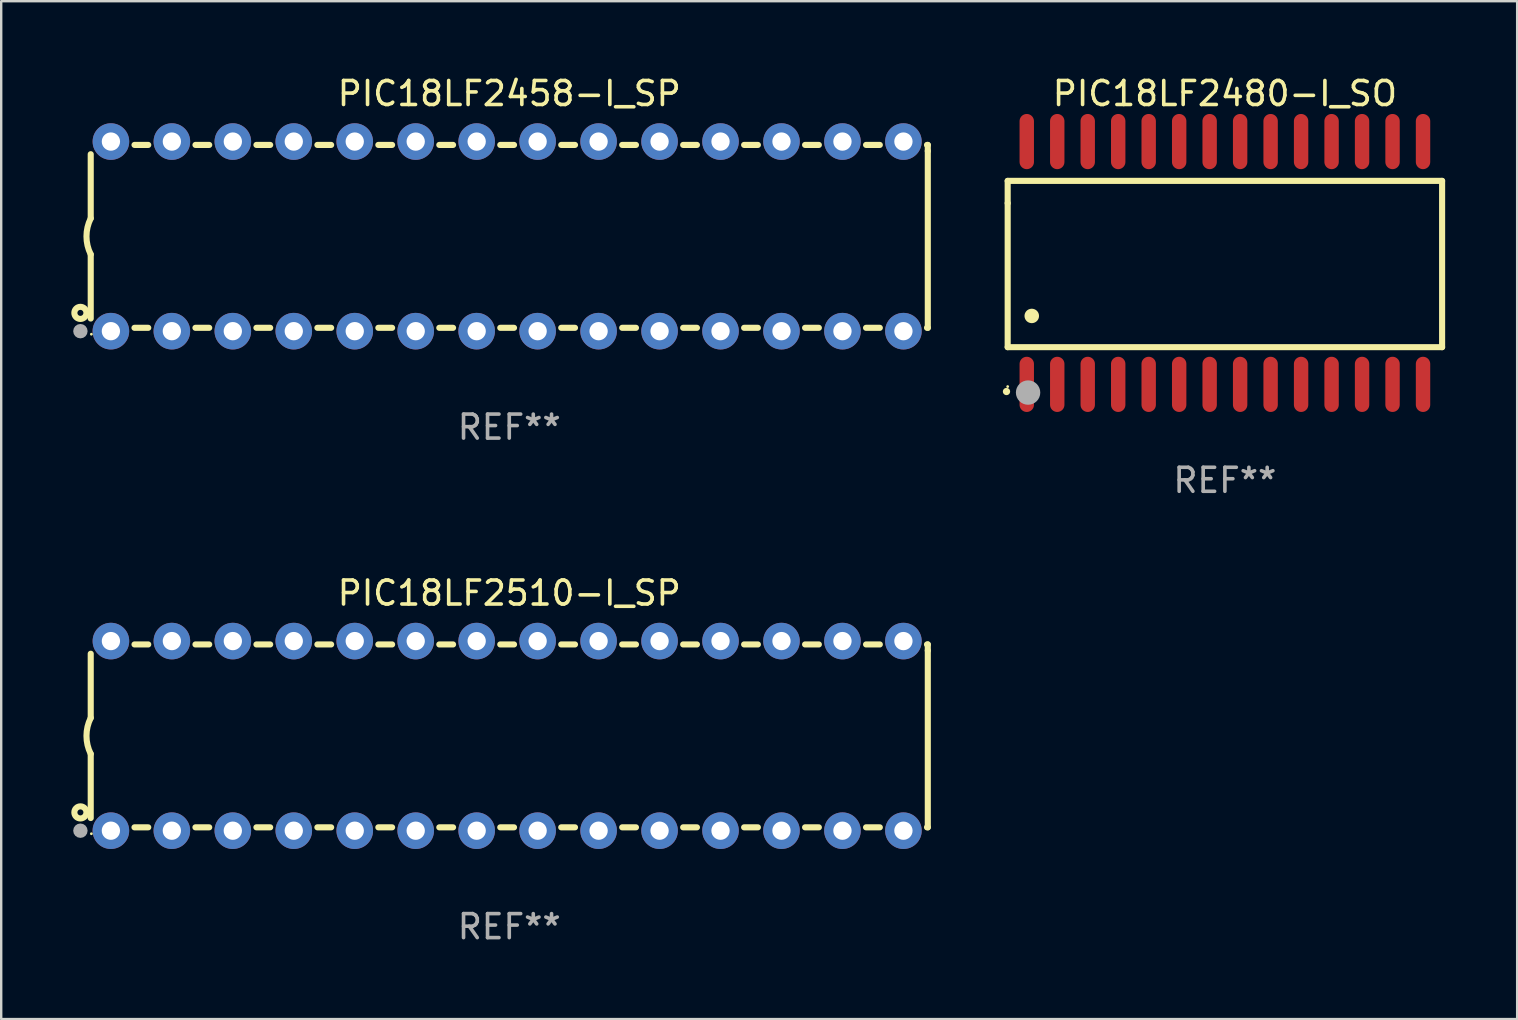
<source format=kicad_pcb>
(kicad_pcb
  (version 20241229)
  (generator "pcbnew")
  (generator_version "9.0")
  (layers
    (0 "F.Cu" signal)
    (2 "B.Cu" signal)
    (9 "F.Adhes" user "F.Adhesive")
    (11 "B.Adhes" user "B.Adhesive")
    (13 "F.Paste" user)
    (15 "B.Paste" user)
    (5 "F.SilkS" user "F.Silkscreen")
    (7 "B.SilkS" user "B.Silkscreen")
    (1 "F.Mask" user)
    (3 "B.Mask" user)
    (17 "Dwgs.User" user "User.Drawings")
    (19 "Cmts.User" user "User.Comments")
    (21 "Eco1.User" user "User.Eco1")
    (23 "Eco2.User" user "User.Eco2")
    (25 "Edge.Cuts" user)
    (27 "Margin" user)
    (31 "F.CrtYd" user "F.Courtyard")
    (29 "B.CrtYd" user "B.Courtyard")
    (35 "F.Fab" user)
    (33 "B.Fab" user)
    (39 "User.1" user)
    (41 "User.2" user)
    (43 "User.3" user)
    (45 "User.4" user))
  (footprint "PIC18LF2510-I_SP"
    (layer "F.Cu")
    (at 18.168 27.61)
    (property "Reference" "PIC18LF2510-I_SP" (at 0 -5.95 0) (layer "F.SilkS") (effects (font (size 1 1) (thickness 0.15))))
    (attr through_hole)
    (fp_line (start -17.438 0.75) (end -17.438 3.423) (stroke (width 0.254) (type solid)) (layer "F.SilkS"))
    (fp_line (start -17.438 -3.423) (end -17.438 -0.75) (stroke (width 0.254) (type solid)) (layer "F.SilkS"))
    (fp_line (start -15.615 3.81) (end -15.041 3.81) (stroke (width 0.254) (type solid)) (layer "F.SilkS"))
    (fp_line (start -15.041 -3.81) (end -15.614 -3.81) (stroke (width 0.254) (type solid)) (layer "F.SilkS"))
    (fp_line (start -13.075 3.81) (end -12.501 3.81) (stroke (width 0.254) (type solid)) (layer "F.SilkS"))
    (fp_line (start -12.501 -3.81) (end -13.074 -3.81) (stroke (width 0.254) (type solid)) (layer "F.SilkS"))
    (fp_line (start -10.535 3.81) (end -9.961 3.81) (stroke (width 0.254) (type solid)) (layer "F.SilkS"))
    (fp_line (start -9.961 -3.81) (end -10.534 -3.81) (stroke (width 0.254) (type solid)) (layer "F.SilkS"))
    (fp_line (start -7.995 3.81) (end -7.421 3.81) (stroke (width 0.254) (type solid)) (layer "F.SilkS"))
    (fp_line (start -7.421 -3.81) (end -7.995 -3.81) (stroke (width 0.254) (type solid)) (layer "F.SilkS"))
    (fp_line (start -5.455 3.81) (end -4.881 3.81) (stroke (width 0.254) (type solid)) (layer "F.SilkS"))
    (fp_line (start -4.881 -3.81) (end -5.455 -3.81) (stroke (width 0.254) (type solid)) (layer "F.SilkS"))
    (fp_line (start -2.915 3.81) (end -2.341 3.81) (stroke (width 0.254) (type solid)) (layer "F.SilkS"))
    (fp_line (start -2.341 -3.81) (end -2.915 -3.81) (stroke (width 0.254) (type solid)) (layer "F.SilkS"))
    (fp_line (start -0.375 3.81) (end 0.199 3.81) (stroke (width 0.254) (type solid)) (layer "F.SilkS"))
    (fp_line (start 0.199 -3.81) (end -0.375 -3.81) (stroke (width 0.254) (type solid)) (layer "F.SilkS"))
    (fp_line (start 2.165 3.81) (end 2.739 3.81) (stroke (width 0.254) (type solid)) (layer "F.SilkS"))
    (fp_line (start 2.739 -3.81) (end 2.165 -3.81) (stroke (width 0.254) (type solid)) (layer "F.SilkS"))
    (fp_line (start 4.705 3.81) (end 5.279 3.81) (stroke (width 0.254) (type solid)) (layer "F.SilkS"))
    (fp_line (start 5.279 -3.81) (end 4.705 -3.81) (stroke (width 0.254) (type solid)) (layer "F.SilkS"))
    (fp_line (start 7.245 3.81) (end 7.819 3.81) (stroke (width 0.254) (type solid)) (layer "F.SilkS"))
    (fp_line (start 7.819 -3.81) (end 7.245 -3.81) (stroke (width 0.254) (type solid)) (layer "F.SilkS"))
    (fp_line (start 9.785 3.81) (end 10.359 3.81) (stroke (width 0.254) (type solid)) (layer "F.SilkS"))
    (fp_line (start 10.359 -3.81) (end 9.785 -3.81) (stroke (width 0.254) (type solid)) (layer "F.SilkS"))
    (fp_line (start 12.325 3.81) (end 12.899 3.81) (stroke (width 0.254) (type solid)) (layer "F.SilkS"))
    (fp_line (start 12.899 -3.81) (end 12.325 -3.81) (stroke (width 0.254) (type solid)) (layer "F.SilkS"))
    (fp_line (start 14.865 3.81) (end 15.439 3.81) (stroke (width 0.254) (type solid)) (layer "F.SilkS"))
    (fp_line (start 15.439 -3.81) (end 14.865 -3.81) (stroke (width 0.254) (type solid)) (layer "F.SilkS"))
    (fp_line (start 17.405 3.81) (end 17.438 3.81) (stroke (width 0.254) (type solid)) (layer "F.SilkS"))
    (fp_line (start 17.438 -3.81) (end 17.405 -3.81) (stroke (width 0.254) (type solid)) (layer "F.SilkS"))
    (fp_line (start 17.438 -3.556) (end 17.438 -3.81) (stroke (width 0.254) (type solid)) (layer "F.SilkS"))
    (fp_line (start 17.438 3.81) (end 17.438 -3.556) (stroke (width 0.254) (type solid)) (layer "F.SilkS"))
    (fp_arc (start -17.437986 0.749657) (mid -17.614887 -0.000024) (end -17.437783 -0.749657) (stroke (width 0.254001) (type solid)) (layer "F.SilkS"))
    (fp_circle (center -17.868 3.188) (end -17.743 3.188) (stroke (width 0.254) (type solid)) (fill no) (layer "F.SilkS"))
    (fp_circle (center -17.411 4.077) (end -17.381 4.077) (stroke (width 0.06) (type solid)) (fill no) (layer "F.SilkS"))
    (fp_circle (center -17.868 3.95) (end -17.718 3.95) (stroke (width 0.3) (type solid)) (fill no) (layer "F.Fab"))
    (fp_text user "REF**" (at 0 7.95 0) (layer "F.Fab") (effects (font (size 1 1) (thickness 0.15))))
    (pad "1" thru_hole circle (at -16.598 3.95) (size 1.524 1.524) (drill 0.762) (layers "*.Cu" "*.Mask"))
    (pad "2" thru_hole circle (at -14.058 3.95) (size 1.524 1.524) (drill 0.762) (layers "*.Cu" "*.Mask"))
    (pad "3" thru_hole circle (at -11.518 3.95) (size 1.524 1.524) (drill 0.762) (layers "*.Cu" "*.Mask"))
    (pad "4" thru_hole circle (at -8.978 3.95) (size 1.524 1.524) (drill 0.762) (layers "*.Cu" "*.Mask"))
    (pad "5" thru_hole circle (at -6.438 3.95) (size 1.524 1.524) (drill 0.762) (layers "*.Cu" "*.Mask"))
    (pad "6" thru_hole circle (at -3.898 3.95) (size 1.524 1.524) (drill 0.762) (layers "*.Cu" "*.Mask"))
    (pad "7" thru_hole circle (at -1.358 3.95) (size 1.524 1.524) (drill 0.762) (layers "*.Cu" "*.Mask"))
    (pad "8" thru_hole circle (at 1.182 3.95) (size 1.524 1.524) (drill 0.762) (layers "*.Cu" "*.Mask"))
    (pad "9" thru_hole circle (at 3.722 3.95) (size 1.524 1.524) (drill 0.762) (layers "*.Cu" "*.Mask"))
    (pad "10" thru_hole circle (at 6.262 3.95) (size 1.524 1.524) (drill 0.762) (layers "*.Cu" "*.Mask"))
    (pad "11" thru_hole circle (at 8.802 3.95) (size 1.524 1.524) (drill 0.762) (layers "*.Cu" "*.Mask"))
    (pad "12" thru_hole circle (at 11.342 3.95) (size 1.524 1.524) (drill 0.762) (layers "*.Cu" "*.Mask"))
    (pad "13" thru_hole circle (at 13.882 3.95) (size 1.524 1.524) (drill 0.762) (layers "*.Cu" "*.Mask"))
    (pad "14" thru_hole circle (at 16.422 3.95) (size 1.524 1.524) (drill 0.762) (layers "*.Cu" "*.Mask"))
    (pad "15" thru_hole circle (at 16.422 -3.95) (size 1.524 1.524) (drill 0.762) (layers "*.Cu" "*.Mask"))
    (pad "16" thru_hole circle (at 13.882 -3.95) (size 1.524 1.524) (drill 0.762) (layers "*.Cu" "*.Mask"))
    (pad "17" thru_hole circle (at 11.342 -3.95) (size 1.524 1.524) (drill 0.762) (layers "*.Cu" "*.Mask"))
    (pad "18" thru_hole circle (at 8.802 -3.95) (size 1.524 1.524) (drill 0.762) (layers "*.Cu" "*.Mask"))
    (pad "19" thru_hole circle (at 6.262 -3.95) (size 1.524 1.524) (drill 0.762) (layers "*.Cu" "*.Mask"))
    (pad "20" thru_hole circle (at 3.722 -3.95) (size 1.524 1.524) (drill 0.762) (layers "*.Cu" "*.Mask"))
    (pad "21" thru_hole circle (at 1.182 -3.95) (size 1.524 1.524) (drill 0.762) (layers "*.Cu" "*.Mask"))
    (pad "22" thru_hole circle (at -1.358 -3.95) (size 1.524 1.524) (drill 0.762) (layers "*.Cu" "*.Mask"))
    (pad "23" thru_hole circle (at -3.898 -3.95) (size 1.524 1.524) (drill 0.762) (layers "*.Cu" "*.Mask"))
    (pad "24" thru_hole circle (at -6.438 -3.95) (size 1.524 1.524) (drill 0.762) (layers "*.Cu" "*.Mask"))
    (pad "25" thru_hole circle (at -8.978 -3.95) (size 1.524 1.524) (drill 0.762) (layers "*.Cu" "*.Mask"))
    (pad "26" thru_hole circle (at -11.517 -3.95) (size 1.524 1.524) (drill 0.762) (layers "*.Cu" "*.Mask"))
    (pad "27" thru_hole circle (at -14.057 -3.95) (size 1.524 1.524) (drill 0.762) (layers "*.Cu" "*.Mask"))
    (pad "28" thru_hole circle (at -16.597 -3.95) (size 1.524 1.524) (drill 0.762) (layers "*.Cu" "*.Mask")))
  (footprint "PIC18LF2480-I_SO"
    (layer "F.Cu")
    (at 47.984 7.906)
    (property "Reference" "PIC18LF2480-I_SO" (at 0 -7.058 0) (layer "F.SilkS") (effects (font (size 1 1) (thickness 0.15))))
    (attr through_hole)
    (fp_line (start -9.05 -3.42) (end 9.05 -3.42) (stroke (width 0.254) (type solid)) (layer "F.SilkS"))
    (fp_line (start -9.05 -2.492) (end -9.05 -3.42) (stroke (width 0.254) (type solid)) (layer "F.SilkS"))
    (fp_line (start -9.05 3.508) (end -9.05 -2.492) (stroke (width 0.254) (type solid)) (layer "F.SilkS"))
    (fp_line (start 9.05 -3.42) (end 9.05 3.508) (stroke (width 0.254) (type solid)) (layer "F.SilkS"))
    (fp_line (start 9.05 3.508) (end -9.05 3.508) (stroke (width 0.254) (type solid)) (layer "F.SilkS"))
    (fp_arc (start -9.100838 5.35649) (mid -9.099568 5.356485) (end -9.098298 5.35649) (stroke (width 0.3) (type solid)) (layer "F.SilkS"))
    (fp_arc (start -8.049276 2.206883) (mid -8.046736 2.206872) (end -8.044196 2.206883) (stroke (width 0.6) (type solid)) (layer "F.SilkS"))
    (fp_circle (center -9.05 5.15) (end -9.02 5.15) (stroke (width 0.06) (type solid)) (fill no) (layer "F.SilkS"))
    (fp_circle (center -8.2 5.4) (end -7.946 5.4) (stroke (width 0.508) (type solid)) (fill no) (layer "F.Fab"))
    (fp_text user "REF**" (at 0 9.058 0) (layer "F.Fab") (effects (font (size 1 1) (thickness 0.15))))
    (pad "1" smd oval (at -8.255 5.058 180) (size 0.6 2.3) (layers "F.Cu" "F.Mask" "F.Paste"))
    (pad "2" smd oval (at -6.985 5.058 180) (size 0.6 2.3) (layers "F.Cu" "F.Mask" "F.Paste"))
    (pad "3" smd oval (at -5.715 5.058 180) (size 0.6 2.3) (layers "F.Cu" "F.Mask" "F.Paste"))
    (pad "4" smd oval (at -4.445 5.058 180) (size 0.6 2.3) (layers "F.Cu" "F.Mask" "F.Paste"))
    (pad "5" smd oval (at -3.175 5.058 180) (size 0.6 2.3) (layers "F.Cu" "F.Mask" "F.Paste"))
    (pad "6" smd oval (at -1.905 5.058 180) (size 0.6 2.3) (layers "F.Cu" "F.Mask" "F.Paste"))
    (pad "7" smd oval (at -0.635 5.058 180) (size 0.6 2.3) (layers "F.Cu" "F.Mask" "F.Paste"))
    (pad "8" smd oval (at 0.635 5.058 180) (size 0.6 2.3) (layers "F.Cu" "F.Mask" "F.Paste"))
    (pad "9" smd oval (at 1.905 5.058 180) (size 0.6 2.3) (layers "F.Cu" "F.Mask" "F.Paste"))
    (pad "10" smd oval (at 3.175 5.058 180) (size 0.6 2.3) (layers "F.Cu" "F.Mask" "F.Paste"))
    (pad "11" smd oval (at 4.445 5.058 180) (size 0.6 2.3) (layers "F.Cu" "F.Mask" "F.Paste"))
    (pad "12" smd oval (at 5.715 5.058 180) (size 0.6 2.3) (layers "F.Cu" "F.Mask" "F.Paste"))
    (pad "13" smd oval (at 6.985 5.058 180) (size 0.6 2.3) (layers "F.Cu" "F.Mask" "F.Paste"))
    (pad "14" smd oval (at 8.255 5.058 180) (size 0.6 2.3) (layers "F.Cu" "F.Mask" "F.Paste"))
    (pad "15" smd oval (at 8.255 -5.058 180) (size 0.6 2.3) (layers "F.Cu" "F.Mask" "F.Paste"))
    (pad "16" smd oval (at 6.985 -5.058 180) (size 0.6 2.3) (layers "F.Cu" "F.Mask" "F.Paste"))
    (pad "17" smd oval (at 5.715 -5.058 180) (size 0.6 2.3) (layers "F.Cu" "F.Mask" "F.Paste"))
    (pad "18" smd oval (at 4.445 -5.058 180) (size 0.6 2.3) (layers "F.Cu" "F.Mask" "F.Paste"))
    (pad "19" smd oval (at 3.175 -5.058 180) (size 0.6 2.3) (layers "F.Cu" "F.Mask" "F.Paste"))
    (pad "20" smd oval (at 1.905 -5.058 180) (size 0.6 2.3) (layers "F.Cu" "F.Mask" "F.Paste"))
    (pad "21" smd oval (at 0.635 -5.058 180) (size 0.6 2.3) (layers "F.Cu" "F.Mask" "F.Paste"))
    (pad "22" smd oval (at -0.635 -5.058 180) (size 0.6 2.3) (layers "F.Cu" "F.Mask" "F.Paste"))
    (pad "23" smd oval (at -1.905 -5.058 180) (size 0.6 2.3) (layers "F.Cu" "F.Mask" "F.Paste"))
    (pad "24" smd oval (at -3.175 -5.058 180) (size 0.6 2.3) (layers "F.Cu" "F.Mask" "F.Paste"))
    (pad "25" smd oval (at -4.445 -5.058 180) (size 0.6 2.3) (layers "F.Cu" "F.Mask" "F.Paste"))
    (pad "26" smd oval (at -5.715 -5.058 180) (size 0.6 2.3) (layers "F.Cu" "F.Mask" "F.Paste"))
    (pad "27" smd oval (at -6.985 -5.058 180) (size 0.6 2.3) (layers "F.Cu" "F.Mask" "F.Paste"))
    (pad "28" smd oval (at -8.255 -5.058 180) (size 0.6 2.3) (layers "F.Cu" "F.Mask" "F.Paste")))
  (footprint "PIC18LF2458-I_SP"
    (layer "F.Cu")
    (at 18.168 6.798)
    (property "Reference" "PIC18LF2458-I_SP" (at 0 -5.95 0) (layer "F.SilkS") (effects (font (size 1 1) (thickness 0.15))))
    (attr through_hole)
    (fp_line (start -17.438 0.75) (end -17.438 3.423) (stroke (width 0.254) (type solid)) (layer "F.SilkS"))
    (fp_line (start -17.438 -3.423) (end -17.438 -0.75) (stroke (width 0.254) (type solid)) (layer "F.SilkS"))
    (fp_line (start -15.615 3.81) (end -15.041 3.81) (stroke (width 0.254) (type solid)) (layer "F.SilkS"))
    (fp_line (start -15.041 -3.81) (end -15.614 -3.81) (stroke (width 0.254) (type solid)) (layer "F.SilkS"))
    (fp_line (start -13.075 3.81) (end -12.501 3.81) (stroke (width 0.254) (type solid)) (layer "F.SilkS"))
    (fp_line (start -12.501 -3.81) (end -13.074 -3.81) (stroke (width 0.254) (type solid)) (layer "F.SilkS"))
    (fp_line (start -10.535 3.81) (end -9.961 3.81) (stroke (width 0.254) (type solid)) (layer "F.SilkS"))
    (fp_line (start -9.961 -3.81) (end -10.534 -3.81) (stroke (width 0.254) (type solid)) (layer "F.SilkS"))
    (fp_line (start -7.995 3.81) (end -7.421 3.81) (stroke (width 0.254) (type solid)) (layer "F.SilkS"))
    (fp_line (start -7.421 -3.81) (end -7.995 -3.81) (stroke (width 0.254) (type solid)) (layer "F.SilkS"))
    (fp_line (start -5.455 3.81) (end -4.881 3.81) (stroke (width 0.254) (type solid)) (layer "F.SilkS"))
    (fp_line (start -4.881 -3.81) (end -5.455 -3.81) (stroke (width 0.254) (type solid)) (layer "F.SilkS"))
    (fp_line (start -2.915 3.81) (end -2.341 3.81) (stroke (width 0.254) (type solid)) (layer "F.SilkS"))
    (fp_line (start -2.341 -3.81) (end -2.915 -3.81) (stroke (width 0.254) (type solid)) (layer "F.SilkS"))
    (fp_line (start -0.375 3.81) (end 0.199 3.81) (stroke (width 0.254) (type solid)) (layer "F.SilkS"))
    (fp_line (start 0.199 -3.81) (end -0.375 -3.81) (stroke (width 0.254) (type solid)) (layer "F.SilkS"))
    (fp_line (start 2.165 3.81) (end 2.739 3.81) (stroke (width 0.254) (type solid)) (layer "F.SilkS"))
    (fp_line (start 2.739 -3.81) (end 2.165 -3.81) (stroke (width 0.254) (type solid)) (layer "F.SilkS"))
    (fp_line (start 4.705 3.81) (end 5.279 3.81) (stroke (width 0.254) (type solid)) (layer "F.SilkS"))
    (fp_line (start 5.279 -3.81) (end 4.705 -3.81) (stroke (width 0.254) (type solid)) (layer "F.SilkS"))
    (fp_line (start 7.245 3.81) (end 7.819 3.81) (stroke (width 0.254) (type solid)) (layer "F.SilkS"))
    (fp_line (start 7.819 -3.81) (end 7.245 -3.81) (stroke (width 0.254) (type solid)) (layer "F.SilkS"))
    (fp_line (start 9.785 3.81) (end 10.359 3.81) (stroke (width 0.254) (type solid)) (layer "F.SilkS"))
    (fp_line (start 10.359 -3.81) (end 9.785 -3.81) (stroke (width 0.254) (type solid)) (layer "F.SilkS"))
    (fp_line (start 12.325 3.81) (end 12.899 3.81) (stroke (width 0.254) (type solid)) (layer "F.SilkS"))
    (fp_line (start 12.899 -3.81) (end 12.325 -3.81) (stroke (width 0.254) (type solid)) (layer "F.SilkS"))
    (fp_line (start 14.865 3.81) (end 15.439 3.81) (stroke (width 0.254) (type solid)) (layer "F.SilkS"))
    (fp_line (start 15.439 -3.81) (end 14.865 -3.81) (stroke (width 0.254) (type solid)) (layer "F.SilkS"))
    (fp_line (start 17.405 3.81) (end 17.438 3.81) (stroke (width 0.254) (type solid)) (layer "F.SilkS"))
    (fp_line (start 17.438 -3.81) (end 17.405 -3.81) (stroke (width 0.254) (type solid)) (layer "F.SilkS"))
    (fp_line (start 17.438 -3.556) (end 17.438 -3.81) (stroke (width 0.254) (type solid)) (layer "F.SilkS"))
    (fp_line (start 17.438 3.81) (end 17.438 -3.556) (stroke (width 0.254) (type solid)) (layer "F.SilkS"))
    (fp_arc (start -17.437986 0.749657) (mid -17.614887 -0.000024) (end -17.437783 -0.749657) (stroke (width 0.254001) (type solid)) (layer "F.SilkS"))
    (fp_circle (center -17.868 3.188) (end -17.743 3.188) (stroke (width 0.254) (type solid)) (fill no) (layer "F.SilkS"))
    (fp_circle (center -17.411 4.077) (end -17.381 4.077) (stroke (width 0.06) (type solid)) (fill no) (layer "F.SilkS"))
    (fp_circle (center -17.868 3.95) (end -17.718 3.95) (stroke (width 0.3) (type solid)) (fill no) (layer "F.Fab"))
    (fp_text user "REF**" (at 0 7.95 0) (layer "F.Fab") (effects (font (size 1 1) (thickness 0.15))))
    (pad "1" thru_hole circle (at -16.598 3.95) (size 1.524 1.524) (drill 0.762) (layers "*.Cu" "*.Mask"))
    (pad "2" thru_hole circle (at -14.058 3.95) (size 1.524 1.524) (drill 0.762) (layers "*.Cu" "*.Mask"))
    (pad "3" thru_hole circle (at -11.518 3.95) (size 1.524 1.524) (drill 0.762) (layers "*.Cu" "*.Mask"))
    (pad "4" thru_hole circle (at -8.978 3.95) (size 1.524 1.524) (drill 0.762) (layers "*.Cu" "*.Mask"))
    (pad "5" thru_hole circle (at -6.438 3.95) (size 1.524 1.524) (drill 0.762) (layers "*.Cu" "*.Mask"))
    (pad "6" thru_hole circle (at -3.898 3.95) (size 1.524 1.524) (drill 0.762) (layers "*.Cu" "*.Mask"))
    (pad "7" thru_hole circle (at -1.358 3.95) (size 1.524 1.524) (drill 0.762) (layers "*.Cu" "*.Mask"))
    (pad "8" thru_hole circle (at 1.182 3.95) (size 1.524 1.524) (drill 0.762) (layers "*.Cu" "*.Mask"))
    (pad "9" thru_hole circle (at 3.722 3.95) (size 1.524 1.524) (drill 0.762) (layers "*.Cu" "*.Mask"))
    (pad "10" thru_hole circle (at 6.262 3.95) (size 1.524 1.524) (drill 0.762) (layers "*.Cu" "*.Mask"))
    (pad "11" thru_hole circle (at 8.802 3.95) (size 1.524 1.524) (drill 0.762) (layers "*.Cu" "*.Mask"))
    (pad "12" thru_hole circle (at 11.342 3.95) (size 1.524 1.524) (drill 0.762) (layers "*.Cu" "*.Mask"))
    (pad "13" thru_hole circle (at 13.882 3.95) (size 1.524 1.524) (drill 0.762) (layers "*.Cu" "*.Mask"))
    (pad "14" thru_hole circle (at 16.422 3.95) (size 1.524 1.524) (drill 0.762) (layers "*.Cu" "*.Mask"))
    (pad "15" thru_hole circle (at 16.422 -3.95) (size 1.524 1.524) (drill 0.762) (layers "*.Cu" "*.Mask"))
    (pad "16" thru_hole circle (at 13.882 -3.95) (size 1.524 1.524) (drill 0.762) (layers "*.Cu" "*.Mask"))
    (pad "17" thru_hole circle (at 11.342 -3.95) (size 1.524 1.524) (drill 0.762) (layers "*.Cu" "*.Mask"))
    (pad "18" thru_hole circle (at 8.802 -3.95) (size 1.524 1.524) (drill 0.762) (layers "*.Cu" "*.Mask"))
    (pad "19" thru_hole circle (at 6.262 -3.95) (size 1.524 1.524) (drill 0.762) (layers "*.Cu" "*.Mask"))
    (pad "20" thru_hole circle (at 3.722 -3.95) (size 1.524 1.524) (drill 0.762) (layers "*.Cu" "*.Mask"))
    (pad "21" thru_hole circle (at 1.182 -3.95) (size 1.524 1.524) (drill 0.762) (layers "*.Cu" "*.Mask"))
    (pad "22" thru_hole circle (at -1.358 -3.95) (size 1.524 1.524) (drill 0.762) (layers "*.Cu" "*.Mask"))
    (pad "23" thru_hole circle (at -3.898 -3.95) (size 1.524 1.524) (drill 0.762) (layers "*.Cu" "*.Mask"))
    (pad "24" thru_hole circle (at -6.438 -3.95) (size 1.524 1.524) (drill 0.762) (layers "*.Cu" "*.Mask"))
    (pad "25" thru_hole circle (at -8.978 -3.95) (size 1.524 1.524) (drill 0.762) (layers "*.Cu" "*.Mask"))
    (pad "26" thru_hole circle (at -11.517 -3.95) (size 1.524 1.524) (drill 0.762) (layers "*.Cu" "*.Mask"))
    (pad "27" thru_hole circle (at -14.057 -3.95) (size 1.524 1.524) (drill 0.762) (layers "*.Cu" "*.Mask"))
    (pad "28" thru_hole circle (at -16.597 -3.95) (size 1.524 1.524) (drill 0.762) (layers "*.Cu" "*.Mask")))
  (gr_rect
    (start -3 -3)
    (end 60.161 39.408)
    (stroke (width 0.1) (type default))
    (fill no)
    (layer "Edge.Cuts")))
</source>
